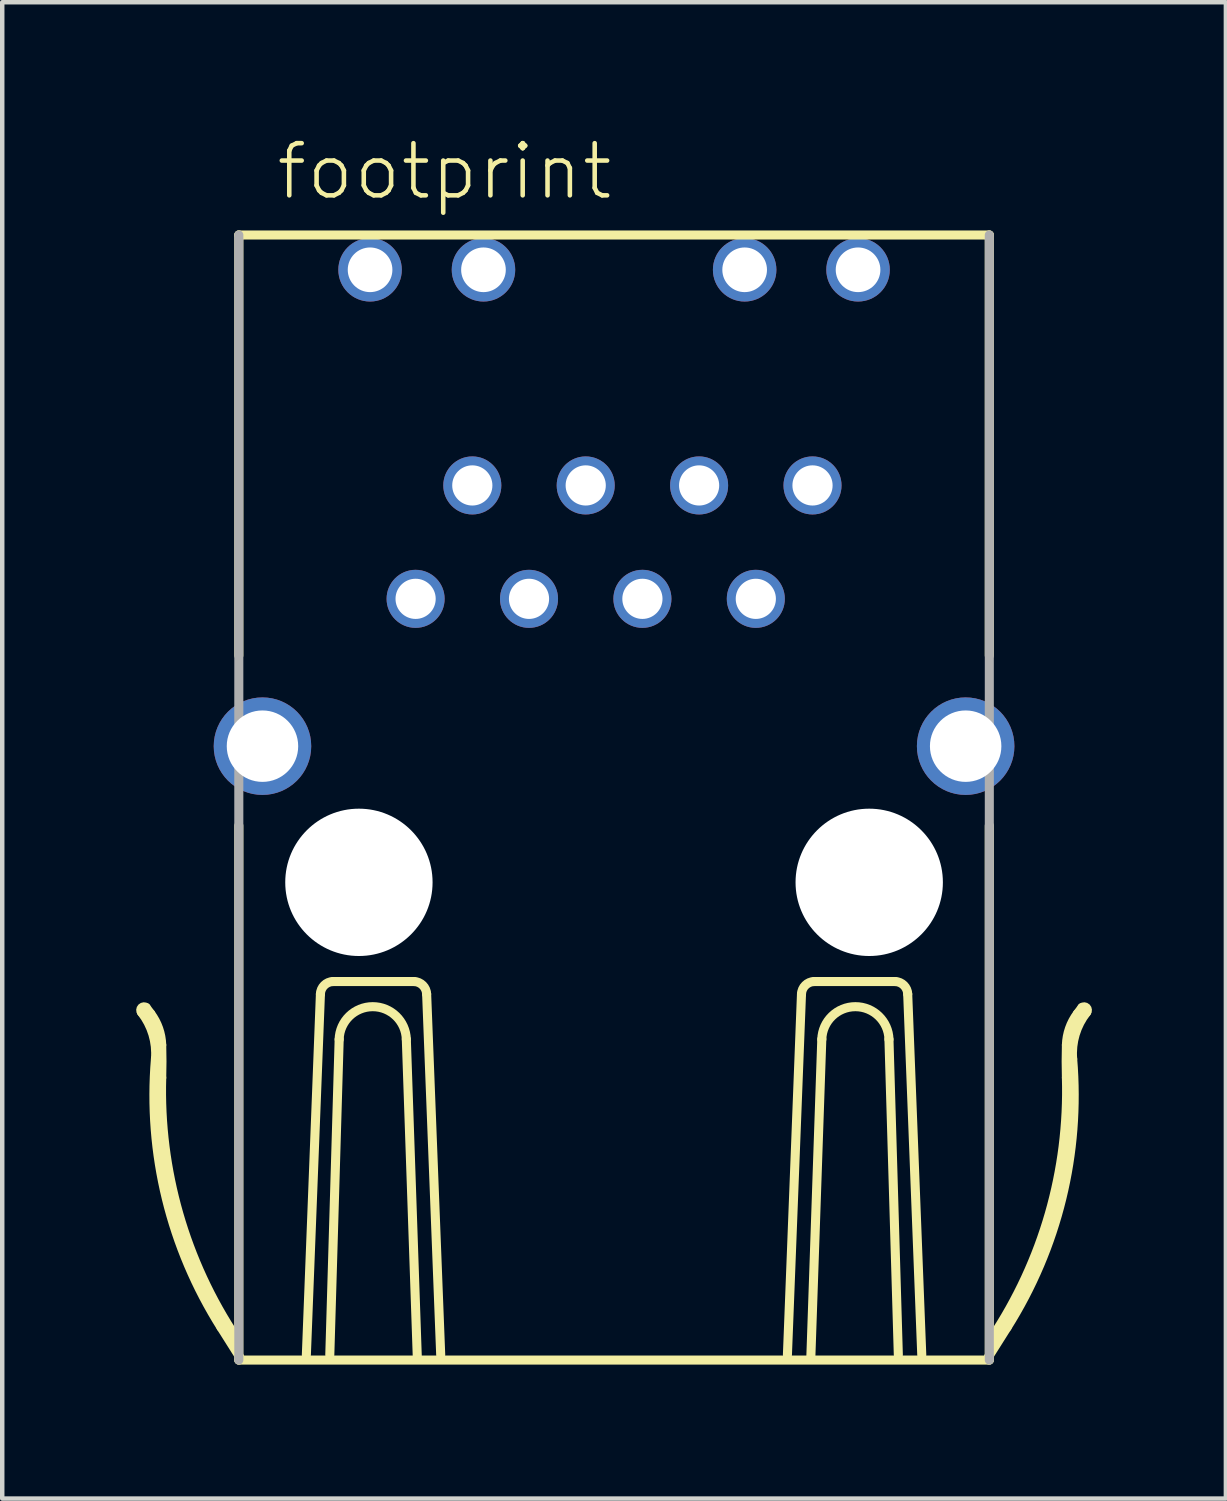
<source format=kicad_pcb>
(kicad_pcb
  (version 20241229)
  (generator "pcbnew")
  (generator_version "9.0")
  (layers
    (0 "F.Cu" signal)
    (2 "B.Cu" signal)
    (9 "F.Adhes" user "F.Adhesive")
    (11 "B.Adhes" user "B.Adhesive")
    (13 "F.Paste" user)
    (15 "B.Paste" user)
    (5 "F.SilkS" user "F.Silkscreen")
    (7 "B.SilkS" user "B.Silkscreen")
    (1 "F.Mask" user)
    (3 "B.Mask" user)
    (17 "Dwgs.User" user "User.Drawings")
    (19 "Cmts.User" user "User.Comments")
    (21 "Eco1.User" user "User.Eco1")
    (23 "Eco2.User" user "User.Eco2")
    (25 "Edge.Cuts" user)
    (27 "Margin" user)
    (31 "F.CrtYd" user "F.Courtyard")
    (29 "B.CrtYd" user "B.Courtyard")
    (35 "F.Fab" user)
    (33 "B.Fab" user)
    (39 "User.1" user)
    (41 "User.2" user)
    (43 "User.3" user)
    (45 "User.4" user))
  (footprint "footprint"
    (layer "F.Cu")
    (at 10.704 10.363)
    (property "Reference" "footprint" (at -7.62 -8.89 0) (layer "F.SilkS") (effects (font (size 1.168 1.168) (thickness 0.102)) (justify left bottom)))
    (fp_line (start -10.481 9.154) (end -10.377 9.293) (stroke (width 0.203) (type solid)) (layer "F.SilkS"))
    (fp_line (start -8.405 -8.15) (end -8.405 1.27) (stroke (width 0.203) (type solid)) (layer "F.SilkS"))
    (fp_line (start -8.405 -8.15) (end 8.405 -8.15) (stroke (width 0.203) (type solid)) (layer "F.SilkS"))
    (fp_line (start -8.405 5.08) (end -8.405 17.05) (stroke (width 0.203) (type solid)) (layer "F.SilkS"))
    (fp_line (start -8.405 17.05) (end 8.405 17.05) (stroke (width 0.203) (type solid)) (layer "F.SilkS"))
    (fp_line (start -8.385 16.98) (end -8.804 16.316) (stroke (width 0.203) (type solid)) (layer "F.SilkS"))
    (fp_line (start -6.892 16.933) (end -6.577 8.851) (stroke (width 0.203) (type solid)) (layer "F.SilkS"))
    (fp_line (start -6.367 16.933) (end -6.157 9.866) (stroke (width 0.203) (type solid)) (layer "F.SilkS"))
    (fp_line (start -6.298 8.572) (end -4.478 8.572) (stroke (width 0.203) (type solid)) (layer "F.SilkS"))
    (fp_line (start -4.653 9.866) (end -4.408 16.968) (stroke (width 0.203) (type solid)) (layer "F.SilkS"))
    (fp_line (start -3.883 16.933) (end -4.198 8.851) (stroke (width 0.203) (type solid)) (layer "F.SilkS"))
    (fp_line (start 3.883 16.933) (end 4.198 8.851) (stroke (width 0.203) (type solid)) (layer "F.SilkS"))
    (fp_line (start 4.653 9.866) (end 4.408 16.968) (stroke (width 0.203) (type solid)) (layer "F.SilkS"))
    (fp_line (start 6.298 8.572) (end 4.478 8.572) (stroke (width 0.203) (type solid)) (layer "F.SilkS"))
    (fp_line (start 6.367 16.933) (end 6.157 9.866) (stroke (width 0.203) (type solid)) (layer "F.SilkS"))
    (fp_line (start 6.892 16.933) (end 6.577 8.851) (stroke (width 0.203) (type solid)) (layer "F.SilkS"))
    (fp_line (start 8.385 16.98) (end 8.804 16.316) (stroke (width 0.203) (type solid)) (layer "F.SilkS"))
    (fp_line (start 8.405 1.27) (end 8.405 -8.15) (stroke (width 0.203) (type solid)) (layer "F.SilkS"))
    (fp_line (start 8.405 17.05) (end 8.405 5.08) (stroke (width 0.203) (type solid)) (layer "F.SilkS"))
    (fp_line (start 10.481 9.154) (end 10.377 9.293) (stroke (width 0.203) (type solid)) (layer "F.SilkS"))
    (fp_arc (start -10.5862 9.2586) (mid -10.580366 9.159634) (end -10.4814 9.153798) (stroke (width 0.2032) (type solid)) (layer "F.SilkS"))
    (fp_arc (start -10.586199 9.2586) (mid -10.329382 9.752768) (end -10.2718 10.3067) (stroke (width 0.2032) (type solid)) (layer "F.SilkS"))
    (fp_arc (start -10.3766 9.2935) (mid -10.200259 9.623984) (end -10.132 9.992299) (stroke (width 0.2032) (type solid)) (layer "F.SilkS"))
    (fp_arc (start -10.132 9.9923) (mid -10.126534 10.35915) (end -10.132 10.726) (stroke (width 0.2032) (type solid)) (layer "F.SilkS"))
    (fp_arc (start -8.8044 16.316) (mid -10.028856 13.431186) (end -10.2718 10.306699) (stroke (width 0.2032) (type solid)) (layer "F.SilkS"))
    (fp_arc (start -8.455 16.560601) (mid -9.748845 13.774177) (end -10.132 10.726) (stroke (width 0.2032) (type solid)) (layer "F.SilkS"))
    (fp_arc (start -6.5774 8.8515) (mid -6.492265 8.656735) (end -6.297501 8.571599) (stroke (width 0.2032) (type solid)) (layer "F.SilkS"))
    (fp_arc (start -6.1575 9.8661) (mid -5.4053 9.135967) (end -4.6531 9.8661) (stroke (width 0.2032) (type solid)) (layer "F.SilkS"))
    (fp_arc (start -4.478098 8.5716) (mid -4.283335 8.656736) (end -4.1982 8.8515) (stroke (width 0.2032) (type solid)) (layer "F.SilkS"))
    (fp_arc (start 4.1982 8.8515) (mid 4.283335 8.656736) (end 4.478098 8.5716) (stroke (width 0.2032) (type solid)) (layer "F.SilkS"))
    (fp_arc (start 4.6531 9.8661) (mid 5.4053 9.135967) (end 6.1575 9.8661) (stroke (width 0.2032) (type solid)) (layer "F.SilkS"))
    (fp_arc (start 6.297501 8.571599) (mid 6.492265 8.656735) (end 6.5774 8.8515) (stroke (width 0.2032) (type solid)) (layer "F.SilkS"))
    (fp_arc (start 10.132 9.992299) (mid 10.200259 9.623984) (end 10.3766 9.2935) (stroke (width 0.2032) (type solid)) (layer "F.SilkS"))
    (fp_arc (start 10.132 10.726) (mid 9.748844 13.774177) (end 8.455 16.560601) (stroke (width 0.2032) (type solid)) (layer "F.SilkS"))
    (fp_arc (start 10.132 10.726) (mid 10.126534 10.35915) (end 10.132 9.9923) (stroke (width 0.2032) (type solid)) (layer "F.SilkS"))
    (fp_arc (start 10.2718 10.306699) (mid 10.028856 13.431186) (end 8.8044 16.316) (stroke (width 0.2032) (type solid)) (layer "F.SilkS"))
    (fp_arc (start 10.2718 10.3067) (mid 10.329382 9.752768) (end 10.586199 9.2586) (stroke (width 0.2032) (type solid)) (layer "F.SilkS"))
    (fp_arc (start 10.4814 9.153798) (mid 10.580367 9.159633) (end 10.5862 9.2586) (stroke (width 0.2032) (type solid)) (layer "F.SilkS"))
    (fp_line (start -8.405 -8.15) (end -8.405 17.05) (stroke (width 0.203) (type solid)) (layer "F.Fab"))
    (fp_line (start 8.405 17.05) (end 8.405 -8.15) (stroke (width 0.203) (type solid)) (layer "F.Fab"))
    (pad "" np_thru_hole circle (at -5.715 6.35) (size 3.3 3.3) (drill 3.3) (layers "*.Cu" "*.Mask"))
    (pad "" np_thru_hole circle (at 5.715 6.35) (size 3.3 3.3) (drill 3.3) (layers "*.Cu" "*.Mask"))
    (pad "1" thru_hole circle (at 4.445 -2.54) (size 1.3 1.3) (drill 0.9) (layers "*.Cu" "*.Mask"))
    (pad "2" thru_hole circle (at 3.175 0) (size 1.3 1.3) (drill 0.9) (layers "*.Cu" "*.Mask"))
    (pad "3" thru_hole circle (at 1.905 -2.54) (size 1.3 1.3) (drill 0.9) (layers "*.Cu" "*.Mask"))
    (pad "4" thru_hole circle (at 0.635 0) (size 1.3 1.3) (drill 0.9) (layers "*.Cu" "*.Mask"))
    (pad "5" thru_hole circle (at -0.635 -2.54) (size 1.3 1.3) (drill 0.9) (layers "*.Cu" "*.Mask"))
    (pad "6" thru_hole circle (at -1.905 0) (size 1.3 1.3) (drill 0.9) (layers "*.Cu" "*.Mask"))
    (pad "7" thru_hole circle (at -3.175 -2.54) (size 1.3 1.3) (drill 0.9) (layers "*.Cu" "*.Mask"))
    (pad "8" thru_hole circle (at -4.445 0) (size 1.3 1.3) (drill 0.9) (layers "*.Cu" "*.Mask"))
    (pad "9" thru_hole circle (at 5.465 -7.37) (size 1.422 1.422) (drill 1) (layers "*.Cu" "*.Mask"))
    (pad "10" thru_hole circle (at 2.925 -7.37) (size 1.422 1.422) (drill 1) (layers "*.Cu" "*.Mask"))
    (pad "11" thru_hole circle (at -2.925 -7.37) (size 1.422 1.422) (drill 1) (layers "*.Cu" "*.Mask"))
    (pad "12" thru_hole circle (at -5.465 -7.37) (size 1.422 1.422) (drill 1) (layers "*.Cu" "*.Mask"))
    (pad "M1" thru_hole circle (at -7.875 3.3) (size 2.184 2.184) (drill 1.6) (layers "*.Cu" "*.Mask"))
    (pad "M2" thru_hole circle (at 7.875 3.3) (size 2.184 2.184) (drill 1.6) (layers "*.Cu" "*.Mask")))
  (gr_rect
    (start -3 -3)
    (end 24.408 30.515)
    (stroke (width 0.1) (type default))
    (fill no)
    (layer "Edge.Cuts")))
</source>
